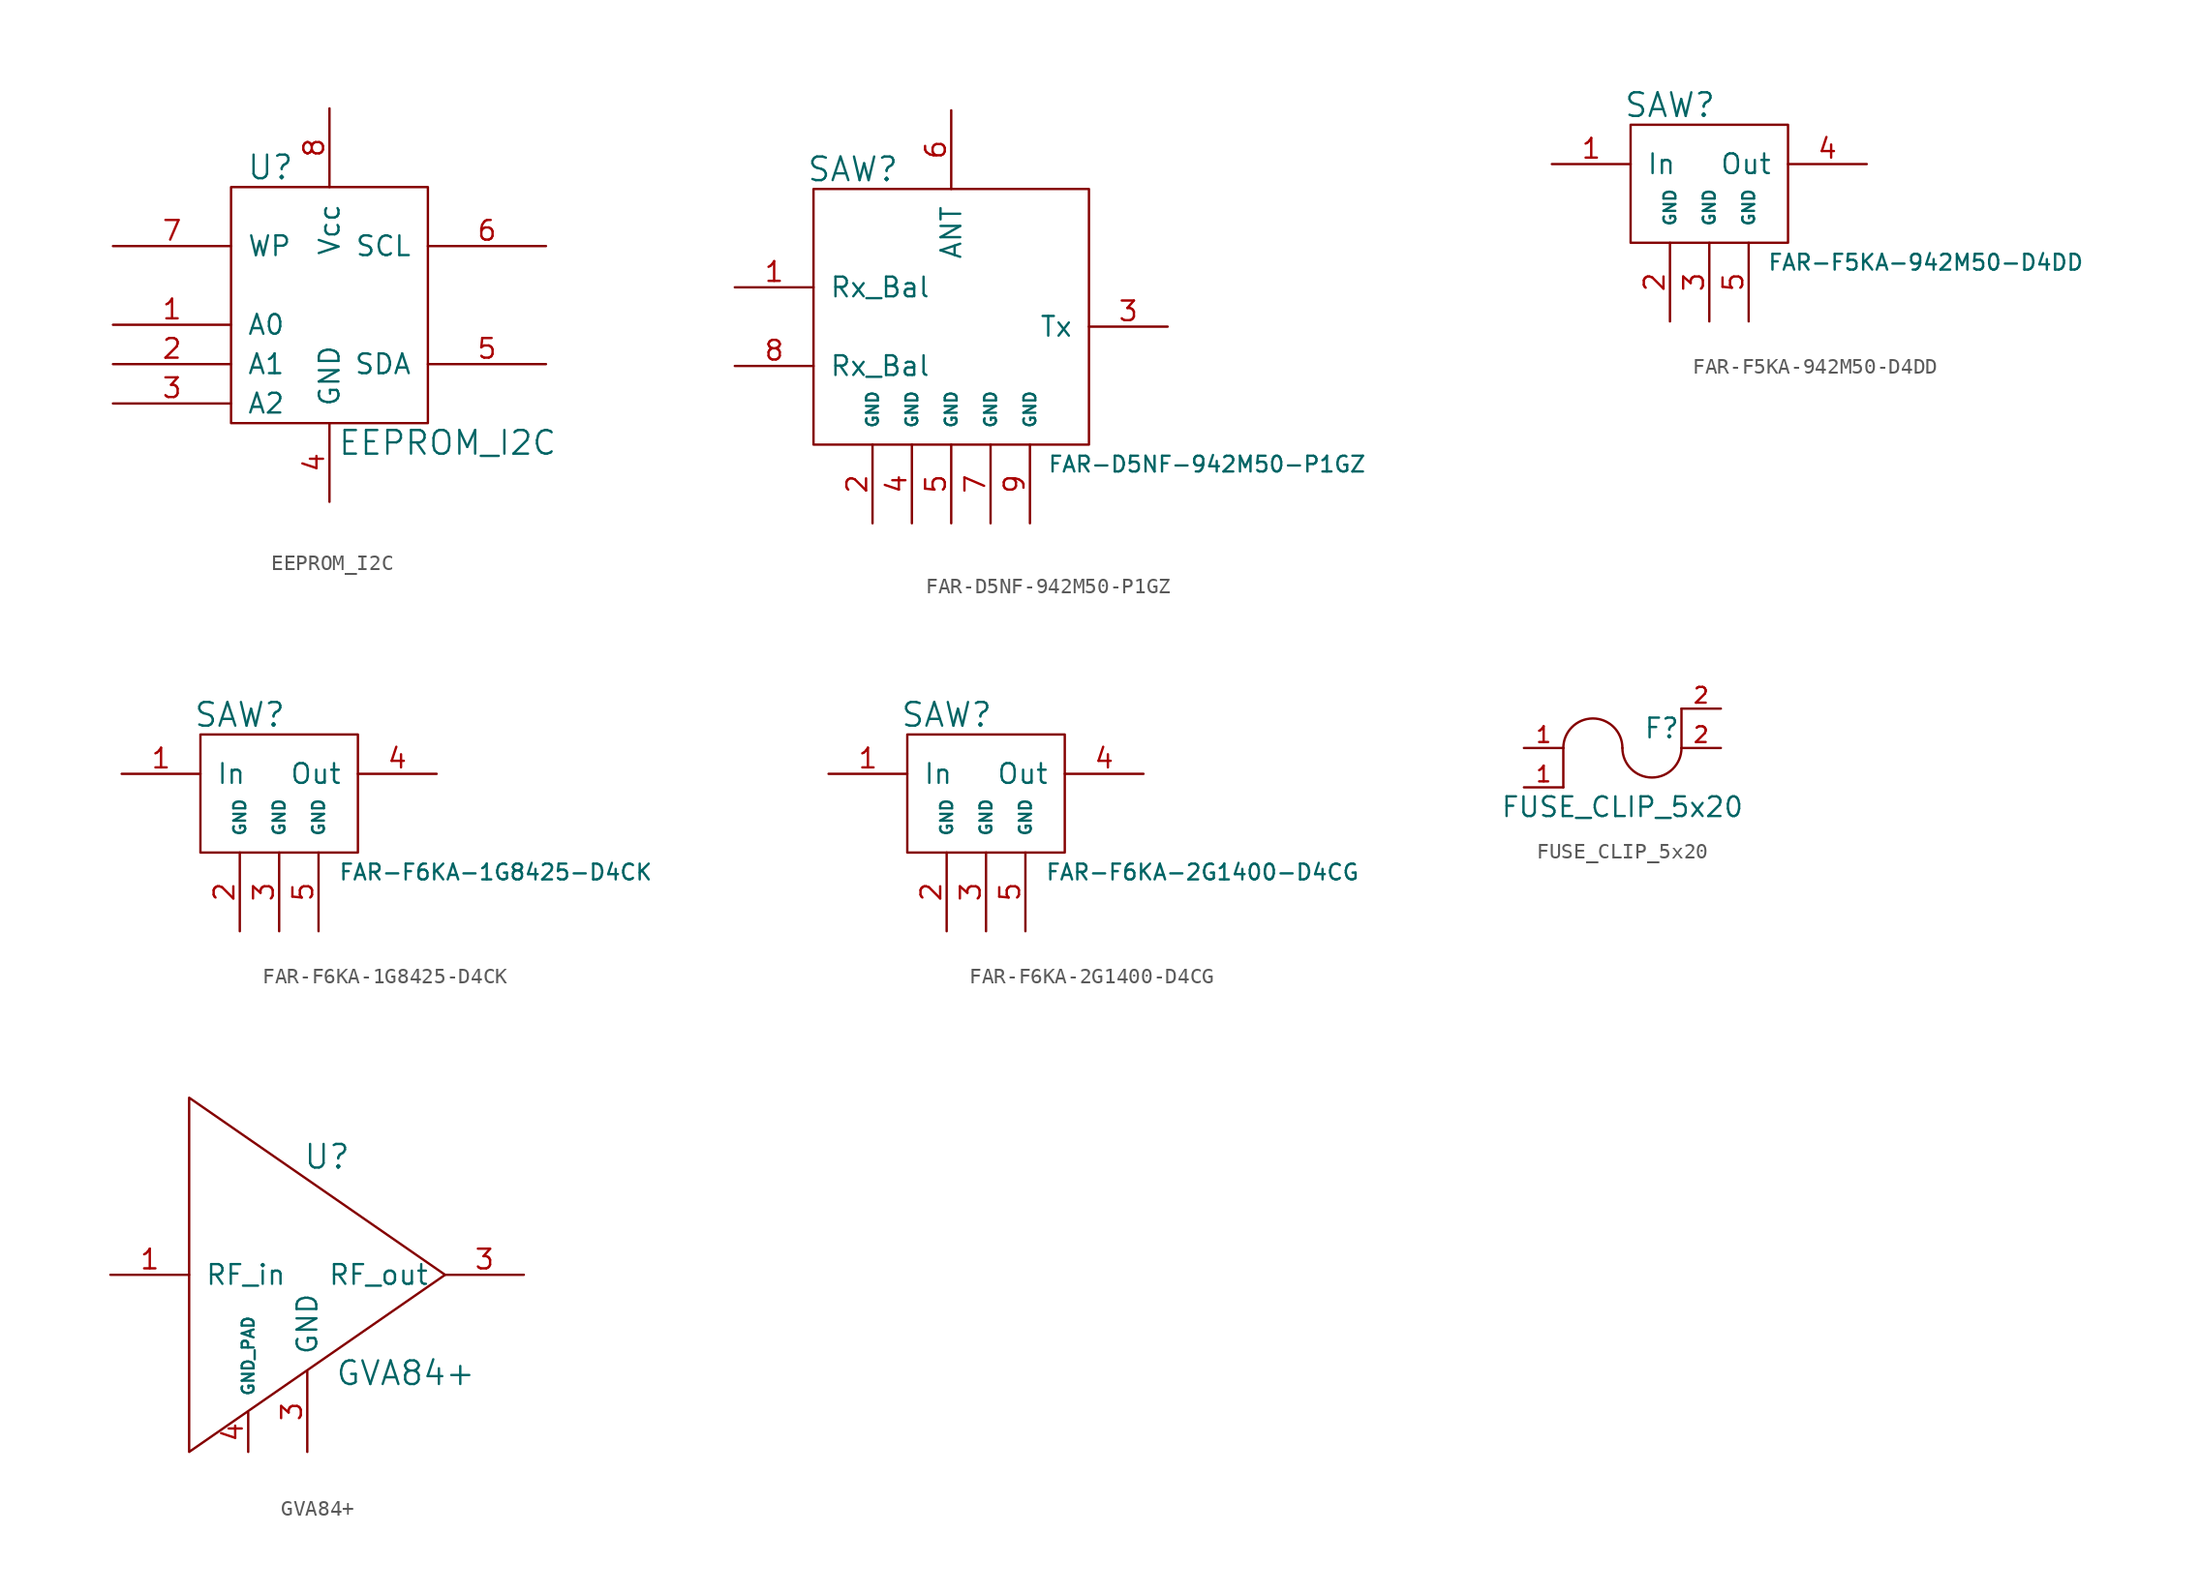
<source format=kicad_sym>
(kicad_symbol_lib
  (version 20211014)
  (generator kicad_symbol_editor)
  (symbol "EEPROM_I2C"
    (pin_names
      (offset 1.016))
    (property "Reference" "U"
      (at -3.81 8.89 0)
      (effects (font (size 1.524 1.524))))
    (property "Value" "EEPROM_I2C"
      (at 7.62 -8.89 0)
      (effects (font (size 1.524 1.524))))
    (property "Footprint" ""
      (at 0 0 0)
      (effects (font (size 1.524 1.524))))
    (property "Datasheet" ""
      (at 0 0 0)
      (effects (font (size 1.524 1.524))))
    (symbol "EEPROM_I2C_0_1"
      (rectangle (start -6.35 7.62) (end 6.35 -7.62) (stroke (width 0) (type default) (color 0 0 0 0)) (fill (type none))))
    (symbol "EEPROM_I2C_1_1"
      (pin input line (at -13.97 -1.27 0) (length 7.62) (name "A0" (effects (font (size 1.27 1.27)))) (number "1" (effects (font (size 1.27 1.27)))))
      (pin input line (at -13.97 -3.81 0) (length 7.62) (name "A1" (effects (font (size 1.27 1.27)))) (number "2" (effects (font (size 1.27 1.27)))))
      (pin input line (at -13.97 -6.35 0) (length 7.62) (name "A2" (effects (font (size 1.27 1.27)))) (number "3" (effects (font (size 1.27 1.27)))))
      (pin input line (at 0 -12.7 90) (length 5.08) (name "GND" (effects (font (size 1.27 1.27)))) (number "4" (effects (font (size 1.27 1.27)))))
      (pin bidirectional line (at 13.97 -3.81 180) (length 7.62) (name "SDA" (effects (font (size 1.27 1.27)))) (number "5" (effects (font (size 1.27 1.27)))))
      (pin input line (at 13.97 3.81 180) (length 7.62) (name "SCL" (effects (font (size 1.27 1.27)))) (number "6" (effects (font (size 1.27 1.27)))))
      (pin input line (at -13.97 3.81 0) (length 7.62) (name "WP" (effects (font (size 1.27 1.27)))) (number "7" (effects (font (size 1.27 1.27)))))
      (pin power_in line (at 0 12.7 270) (length 5.08) (name "Vcc" (effects (font (size 1.27 1.27)))) (number "8" (effects (font (size 1.27 1.27)))))))
  (symbol "FAR-D5NF-942M50-P1GZ"
    (pin_names
      (offset 1.016))
    (property "Reference" "SAW"
      (at -6.35 8.89 0)
      (effects (font (size 1.524 1.524))))
    (property "Value" "FAR-D5NF-942M50-P1GZ"
      (at 16.51 -10.16 0)
      (effects (font (size 1.016 1.016))))
    (property "Footprint" ""
      (at 0 0 0)
      (effects (font (size 1.524 1.524))))
    (property "Datasheet" ""
      (at 0 0 0)
      (effects (font (size 1.524 1.524))))
    (symbol "FAR-D5NF-942M50-P1GZ_0_1"
      (rectangle (start -8.89 -8.89) (end 8.89 7.62) (stroke (width 0) (type default) (color 0 0 0 0)) (fill (type none))))
    (symbol "FAR-D5NF-942M50-P1GZ_1_1"
      (pin bidirectional line (at -13.97 1.27 0) (length 5.08) (name "Rx_Bal" (effects (font (size 1.27 1.27)))) (number "1" (effects (font (size 1.27 1.27)))))
      (pin bidirectional line (at -5.08 -13.97 90) (length 5.08) (name "GND" (effects (font (size 0.762 0.762)))) (number "2" (effects (font (size 1.27 1.27)))))
      (pin bidirectional line (at 13.97 -1.27 180) (length 5.08) (name "Tx" (effects (font (size 1.27 1.27)))) (number "3" (effects (font (size 1.27 1.27)))))
      (pin bidirectional line (at -2.54 -13.97 90) (length 5.08) (name "GND" (effects (font (size 0.762 0.762)))) (number "4" (effects (font (size 1.27 1.27)))))
      (pin bidirectional line (at 0 -13.97 90) (length 5.08) (name "GND" (effects (font (size 0.762 0.762)))) (number "5" (effects (font (size 1.27 1.27)))))
      (pin bidirectional line (at 0 12.7 270) (length 5.08) (name "ANT" (effects (font (size 1.27 1.27)))) (number "6" (effects (font (size 1.27 1.27)))))
      (pin bidirectional line (at 2.54 -13.97 90) (length 5.08) (name "GND" (effects (font (size 0.762 0.762)))) (number "7" (effects (font (size 1.27 1.27)))))
      (pin bidirectional line (at -13.97 -3.81 0) (length 5.08) (name "Rx_Bal" (effects (font (size 1.27 1.27)))) (number "8" (effects (font (size 1.27 1.27)))))
      (pin bidirectional line (at 5.08 -13.97 90) (length 5.08) (name "GND" (effects (font (size 0.762 0.762)))) (number "9" (effects (font (size 1.27 1.27)))))))
  (symbol "FAR-F5KA-942M50-D4DD"
    (pin_names
      (offset 1.016))
    (property "Reference" "SAW"
      (at -2.54 3.81 0)
      (effects (font (size 1.524 1.524))))
    (property "Value" "FAR-F5KA-942M50-D4DD"
      (at 13.97 -6.35 0)
      (effects (font (size 1.016 1.016))))
    (property "Footprint" ""
      (at 0 0 0)
      (effects (font (size 1.524 1.524))))
    (property "Datasheet" ""
      (at 0 0 0)
      (effects (font (size 1.524 1.524))))
    (symbol "FAR-F5KA-942M50-D4DD_0_1"
      (rectangle (start 5.08 -5.08) (end -5.08 2.54) (stroke (width 0) (type default) (color 0 0 0 0)) (fill (type none))))
    (symbol "FAR-F5KA-942M50-D4DD_1_1"
      (pin bidirectional line (at -10.16 0 0) (length 5.08) (name "In" (effects (font (size 1.27 1.27)))) (number "1" (effects (font (size 1.27 1.27)))))
      (pin bidirectional line (at -2.54 -10.16 90) (length 5.08) (name "GND" (effects (font (size 0.762 0.762)))) (number "2" (effects (font (size 1.27 1.27)))))
      (pin bidirectional line (at 0 -10.16 90) (length 5.08) (name "GND" (effects (font (size 0.762 0.762)))) (number "3" (effects (font (size 1.27 1.27)))))
      (pin bidirectional line (at 10.16 0 180) (length 5.08) (name "Out" (effects (font (size 1.27 1.27)))) (number "4" (effects (font (size 1.27 1.27)))))
      (pin bidirectional line (at 2.54 -10.16 90) (length 5.08) (name "GND" (effects (font (size 0.762 0.762)))) (number "5" (effects (font (size 1.27 1.27)))))))
  (symbol "FAR-F6KA-1G8425-D4CK"
    (pin_names
      (offset 1.016))
    (property "Reference" "SAW"
      (at -2.54 3.81 0)
      (effects (font (size 1.524 1.524))))
    (property "Value" "FAR-F6KA-1G8425-D4CK"
      (at 13.97 -6.35 0)
      (effects (font (size 1.016 1.016))))
    (property "Footprint" ""
      (at 0 0 0)
      (effects (font (size 1.524 1.524))))
    (property "Datasheet" ""
      (at 0 0 0)
      (effects (font (size 1.524 1.524))))
    (symbol "FAR-F6KA-1G8425-D4CK_0_1"
      (rectangle (start 5.08 -5.08) (end -5.08 2.54) (stroke (width 0) (type default) (color 0 0 0 0)) (fill (type none))))
    (symbol "FAR-F6KA-1G8425-D4CK_1_1"
      (pin bidirectional line (at -10.16 0 0) (length 5.08) (name "In" (effects (font (size 1.27 1.27)))) (number "1" (effects (font (size 1.27 1.27)))))
      (pin bidirectional line (at -2.54 -10.16 90) (length 5.08) (name "GND" (effects (font (size 0.762 0.762)))) (number "2" (effects (font (size 1.27 1.27)))))
      (pin bidirectional line (at 0 -10.16 90) (length 5.08) (name "GND" (effects (font (size 0.762 0.762)))) (number "3" (effects (font (size 1.27 1.27)))))
      (pin bidirectional line (at 10.16 0 180) (length 5.08) (name "Out" (effects (font (size 1.27 1.27)))) (number "4" (effects (font (size 1.27 1.27)))))
      (pin bidirectional line (at 2.54 -10.16 90) (length 5.08) (name "GND" (effects (font (size 0.762 0.762)))) (number "5" (effects (font (size 1.27 1.27)))))))
  (symbol "FAR-F6KA-2G1400-D4CG"
    (pin_names
      (offset 1.016))
    (property "Reference" "SAW"
      (at -2.54 3.81 0)
      (effects (font (size 1.524 1.524))))
    (property "Value" "FAR-F6KA-2G1400-D4CG"
      (at 13.97 -6.35 0)
      (effects (font (size 1.016 1.016))))
    (property "Footprint" ""
      (at 0 0 0)
      (effects (font (size 1.524 1.524))))
    (property "Datasheet" ""
      (at 0 0 0)
      (effects (font (size 1.524 1.524))))
    (symbol "FAR-F6KA-2G1400-D4CG_0_1"
      (rectangle (start 5.08 -5.08) (end -5.08 2.54) (stroke (width 0) (type default) (color 0 0 0 0)) (fill (type none))))
    (symbol "FAR-F6KA-2G1400-D4CG_1_1"
      (pin bidirectional line (at -10.16 0 0) (length 5.08) (name "In" (effects (font (size 1.27 1.27)))) (number "1" (effects (font (size 1.27 1.27)))))
      (pin bidirectional line (at -2.54 -10.16 90) (length 5.08) (name "GND" (effects (font (size 0.762 0.762)))) (number "2" (effects (font (size 1.27 1.27)))))
      (pin bidirectional line (at 0 -10.16 90) (length 5.08) (name "GND" (effects (font (size 0.762 0.762)))) (number "3" (effects (font (size 1.27 1.27)))))
      (pin bidirectional line (at 10.16 0 180) (length 5.08) (name "Out" (effects (font (size 1.27 1.27)))) (number "4" (effects (font (size 1.27 1.27)))))
      (pin bidirectional line (at 2.54 -10.16 90) (length 5.08) (name "GND" (effects (font (size 0.762 0.762)))) (number "5" (effects (font (size 1.27 1.27)))))))
  (symbol "FUSE_CLIP_5x20"
    (pin_names
      (offset 0.254))
    (property "Reference" "F"
      (at 2.54 1.27 0)
      (effects (font (size 1.27 1.27))))
    (property "Value" "FUSE_CLIP_5x20"
      (at 0 -3.81 0)
      (effects (font (size 1.27 1.27))))
    (property "Footprint" ""
      (at 0 0 0)
      (effects (font (size 1.27 1.27))))
    (property "Datasheet" ""
      (at 0 0 0)
      (effects (font (size 1.27 1.27))))
    (symbol "FUSE_CLIP_5x20_0_1"
      (arc (start 0 0) (mid -1.905 1.905) (end -3.81 0) (stroke (width 0) (type default) (color 0 0 0 0)) (fill (type none)))
      (polyline (pts (xy -3.81 0) (xy -3.81 -2.54)) (stroke (width 0) (type default) (color 0 0 0 0)) (fill (type none)))
      (polyline (pts (xy 3.81 2.54) (xy 3.81 0)) (stroke (width 0) (type default) (color 0 0 0 0)) (fill (type none)))
      (arc (start 0 0) (mid 1.905 -1.905) (end 3.81 0) (stroke (width 0) (type default) (color 0 0 0 0)) (fill (type none))))
    (symbol "FUSE_CLIP_5x20_1_1"
      (pin input line (at -6.35 -2.54 0) (length 2.54) (name "~" (effects (font (size 1.016 1.016)))) (number "1" (effects (font (size 1.016 1.016)))))
      (pin input line (at -6.35 0 0) (length 2.54) (name "~" (effects (font (size 1.016 1.016)))) (number "1" (effects (font (size 1.016 1.016)))))
      (pin input line (at 6.35 0 180) (length 2.54) (name "~" (effects (font (size 1.016 1.016)))) (number "2" (effects (font (size 1.016 1.016)))))
      (pin input line (at 6.35 2.54 180) (length 2.54) (name "~" (effects (font (size 1.016 1.016)))) (number "2" (effects (font (size 1.016 1.016)))))))
  (symbol "GVA84+"
    (pin_names
      (offset 1.016))
    (property "Reference" "U"
      (at 1.27 7.62 0)
      (effects (font (size 1.524 1.524))))
    (property "Value" "GVA84+"
      (at 6.35 -6.35 0)
      (effects (font (size 1.524 1.524))))
    (property "Footprint" ""
      (at 0 0 0)
      (effects (font (size 1.524 1.524))))
    (property "Datasheet" ""
      (at 0 0 0)
      (effects (font (size 1.524 1.524))))
    (symbol "GVA84+_0_1"
      (polyline (pts (xy 8.89 0) (xy -7.62 11.43) (xy -7.62 -11.43) (xy 8.89 0)) (stroke (width 0) (type default) (color 0 0 0 0)) (fill (type none))))
    (symbol "GVA84+_1_1"
      (pin input line (at -12.7 0 0) (length 5.08) (name "RF_in" (effects (font (size 1.27 1.27)))) (number "1" (effects (font (size 1.27 1.27)))))
      (pin output line (at 0 -11.43 90) (length 5.207) (name "GND" (effects (font (size 1.27 1.27)))) (number "3" (effects (font (size 1.27 1.27)))))
      (pin output line (at 13.97 0 180) (length 5.08) (name "RF_out" (effects (font (size 1.27 1.27)))) (number "3" (effects (font (size 1.27 1.27)))))
      (pin output line (at -3.81 -11.43 90) (length 2.54) (name "GND_PAD" (effects (font (size 0.762 0.762)))) (number "4" (effects (font (size 1.27 1.27))))))))
</source>
